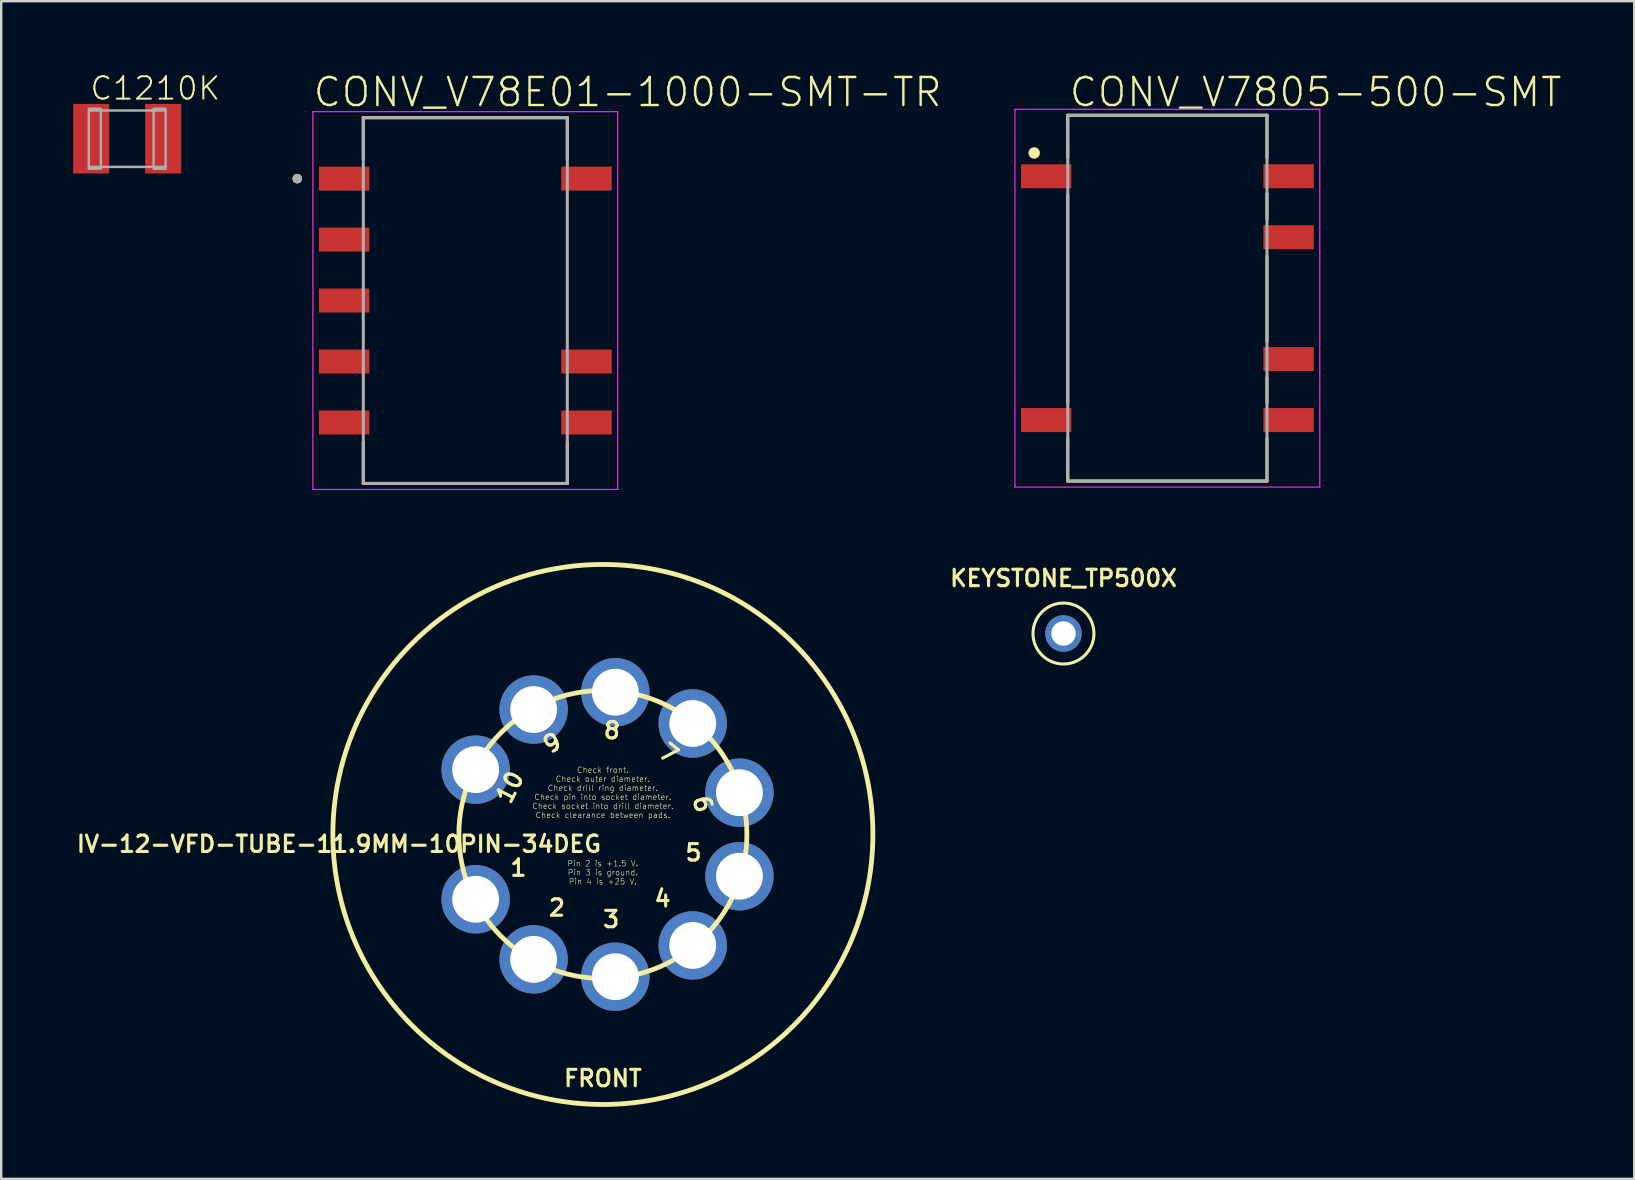
<source format=kicad_pcb>
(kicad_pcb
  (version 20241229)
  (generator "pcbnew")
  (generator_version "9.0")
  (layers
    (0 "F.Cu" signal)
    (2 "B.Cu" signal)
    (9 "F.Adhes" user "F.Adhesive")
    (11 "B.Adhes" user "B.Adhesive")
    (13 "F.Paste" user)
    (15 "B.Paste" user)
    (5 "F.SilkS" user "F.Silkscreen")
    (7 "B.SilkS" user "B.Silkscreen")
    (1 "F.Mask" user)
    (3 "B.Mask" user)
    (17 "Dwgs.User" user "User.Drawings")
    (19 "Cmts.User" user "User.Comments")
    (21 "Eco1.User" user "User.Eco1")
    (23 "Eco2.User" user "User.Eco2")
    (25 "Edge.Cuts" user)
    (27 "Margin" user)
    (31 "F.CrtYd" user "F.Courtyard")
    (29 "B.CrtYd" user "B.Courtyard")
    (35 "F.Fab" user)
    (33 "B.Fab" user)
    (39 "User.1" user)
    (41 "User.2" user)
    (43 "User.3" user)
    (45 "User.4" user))
  (footprint "CONV_V78E01-1000-SMT-TR"
    (layer "F.Cu")
    (at 16.337 9.473)
    (property "Reference" "CONV_V78E01-1000-SMT-TR" (at -6.4 -8 0) (layer "F.SilkS") (effects (font (size 1.168 1.168) (thickness 0.102)) (justify left bottom)))
    (fp_line (start -4.25 -7.62) (end 4.25 -7.62) (stroke (width 0.127) (type solid)) (layer "F.SilkS"))
    (fp_line (start -4.25 -5.9) (end -4.25 -7.62) (stroke (width 0.127) (type solid)) (layer "F.SilkS"))
    (fp_line (start -4.25 7.62) (end -4.25 5.9) (stroke (width 0.127) (type solid)) (layer "F.SilkS"))
    (fp_line (start 4.25 -7.62) (end 4.25 -5.9) (stroke (width 0.127) (type solid)) (layer "F.SilkS"))
    (fp_line (start 4.25 5.9) (end 4.25 7.62) (stroke (width 0.127) (type solid)) (layer "F.SilkS"))
    (fp_line (start 4.25 7.62) (end -4.25 7.62) (stroke (width 0.127) (type solid)) (layer "F.SilkS"))
    (fp_circle (center -7 -5.08) (end -6.9 -5.08) (stroke (width 0.2) (type solid)) (fill no) (layer "F.SilkS"))
    (fp_line (start -6.35 -7.87) (end 6.35 -7.87) (stroke (width 0.05) (type solid)) (layer "F.CrtYd"))
    (fp_line (start -6.35 7.87) (end -6.35 -7.87) (stroke (width 0.05) (type solid)) (layer "F.CrtYd"))
    (fp_line (start 6.35 -7.87) (end 6.35 7.87) (stroke (width 0.05) (type solid)) (layer "F.CrtYd"))
    (fp_line (start 6.35 7.87) (end -6.35 7.87) (stroke (width 0.05) (type solid)) (layer "F.CrtYd"))
    (fp_line (start -4.25 -7.62) (end 4.25 -7.62) (stroke (width 0.127) (type solid)) (layer "F.Fab"))
    (fp_line (start -4.25 7.62) (end -4.25 -7.62) (stroke (width 0.127) (type solid)) (layer "F.Fab"))
    (fp_line (start 4.25 -7.62) (end 4.25 7.62) (stroke (width 0.127) (type solid)) (layer "F.Fab"))
    (fp_line (start 4.25 7.62) (end -4.25 7.62) (stroke (width 0.127) (type solid)) (layer "F.Fab"))
    (fp_circle (center -7 -5.08) (end -6.9 -5.08) (stroke (width 0.2) (type solid)) (fill no) (layer "F.Fab"))
    (pad "1" smd rect (at -5.05 -5.08) (size 2.1 1) (layers "F.Cu" "F.Mask" "F.Paste"))
    (pad "2" smd rect (at -5.05 -2.54) (size 2.1 1) (layers "F.Cu" "F.Mask" "F.Paste"))
    (pad "3" smd rect (at -5.05 0) (size 2.1 1) (layers "F.Cu" "F.Mask" "F.Paste"))
    (pad "4" smd rect (at -5.05 2.54) (size 2.1 1) (layers "F.Cu" "F.Mask" "F.Paste"))
    (pad "5" smd rect (at -5.05 5.08) (size 2.1 1) (layers "F.Cu" "F.Mask" "F.Paste"))
    (pad "6" smd rect (at 5.05 5.08 180) (size 2.1 1) (layers "F.Cu" "F.Mask" "F.Paste"))
    (pad "7" smd rect (at 5.05 2.54 180) (size 2.1 1) (layers "F.Cu" "F.Mask" "F.Paste"))
    (pad "10" smd rect (at 5.05 -5.08 180) (size 2.1 1) (layers "F.Cu" "F.Mask" "F.Paste")))
  (footprint "IV-12-VFD-TUBE-11.9MM-10PIN-34DEG"
    (layer "F.Cu")
    (at 22.069 31.718)
    (property "Reference" "IV-12-VFD-TUBE-11.9MM-10PIN-34DEG" (at 0 0 0) (layer "F.SilkS") (effects (font (size 0.683 0.683) (thickness 0.13)) (justify right top)))
    (fp_circle (center 0 0) (end 6 0) (stroke (width 0.2) (type solid)) (fill no) (layer "F.SilkS"))
    (fp_circle (center 0 0) (end 11.25 0) (stroke (width 0.2) (type solid)) (fill no) (layer "F.SilkS"))
    (fp_text user "8" (at 0.344 -3.935 175) (layer "F.SilkS") (effects (font (size 0.683 0.683) (thickness 0.13)) (justify bottom)))
    (fp_text user "10" (at -3.519 -1.793 243) (layer "F.SilkS") (effects (font (size 0.683 0.683) (thickness 0.13)) (justify bottom)))
    (fp_text user "2" (at -1.915 3.455 0) (layer "F.SilkS") (effects (font (size 0.683 0.683) (thickness 0.13)) (justify bottom)))
    (fp_text user "4" (at 2.486 3.07 0) (layer "F.SilkS") (effects (font (size 0.683 0.683) (thickness 0.13)) (justify bottom)))
    (fp_text user "5" (at 3.777 1.155 0) (layer "F.SilkS") (effects (font (size 0.683 0.683) (thickness 0.13)) (justify bottom)))
    (fp_text user "9" (at -1.915 -3.455 209) (layer "F.SilkS") (effects (font (size 0.683 0.683) (thickness 0.13)) (justify bottom)))
    (fp_text user "1" (at -3.519 1.793 0) (layer "F.SilkS") (effects (font (size 0.683 0.683) (thickness 0.13)) (justify bottom)))
    (fp_text user "Pin 2 is +1.5 V.\nPin 3 is ground.\nPin 4 is +25 V." (at 0 1.587 0) (layer "F.SilkS") (effects (font (size 0.234 0.234) (thickness 0.02))))
    (fp_text user "3" (at 0.344 3.935 0) (layer "F.SilkS") (effects (font (size 0.683 0.683) (thickness 0.13)) (justify bottom)))
    (fp_text user "6" (at 3.777 -1.155 107) (layer "F.SilkS") (effects (font (size 0.683 0.683) (thickness 0.13)) (justify bottom)))
    (fp_text user "7" (at 2.486 -3.07 141) (layer "F.SilkS") (effects (font (size 0.683 0.683) (thickness 0.13)) (justify bottom)))
    (fp_text user "Check front.\nCheck outer diameter.\nCheck drill ring diameter.\nCheck pin into socket diameter.\nCheck socket into drill diameter.\nCheck clearance between pads." (at 0 -1.746 0) (layer "F.SilkS") (effects (font (size 0.234 0.234) (thickness 0.02))))
    (fp_text user "FRONT" (at 0 10.16 0) (layer "F.SilkS") (effects (font (size 0.683 0.683) (thickness 0.13))))
    (pad "1" thru_hole circle (at -5.301 2.701) (size 2.85 2.85) (drill 1.95) (layers "*.Cu" "*.Mask"))
    (pad "2" thru_hole circle (at -2.885 5.204) (size 2.85 2.85) (drill 1.95) (layers "*.Cu" "*.Mask"))
    (pad "3" thru_hole circle (at 0.519 5.927) (size 2.85 2.85) (drill 1.95) (layers "*.Cu" "*.Mask"))
    (pad "4" thru_hole circle (at 3.744 4.624) (size 2.85 2.85) (drill 1.95) (layers "*.Cu" "*.Mask"))
    (pad "5" thru_hole circle (at 5.69 1.74) (size 2.85 2.85) (drill 1.95) (layers "*.Cu" "*.Mask"))
    (pad "6" thru_hole circle (at 5.69 -1.74) (size 2.85 2.85) (drill 1.95) (layers "*.Cu" "*.Mask"))
    (pad "7" thru_hole circle (at 3.744 -4.624) (size 2.85 2.85) (drill 1.95) (layers "*.Cu" "*.Mask"))
    (pad "8" thru_hole circle (at 0.519 -5.927) (size 2.85 2.85) (drill 1.95) (layers "*.Cu" "*.Mask"))
    (pad "9" thru_hole circle (at -2.885 -5.204) (size 2.85 2.85) (drill 1.95) (layers "*.Cu" "*.Mask"))
    (pad "10" thru_hole circle (at -5.301 -2.701) (size 2.85 2.85) (drill 1.95) (layers "*.Cu" "*.Mask")))
  (footprint "C1210K"
    (layer "F.Cu")
    (at 2.25 2.729)
    (property "Reference" "C1210K" (at -1.6 -1.55 0) (layer "F.SilkS") (effects (font (size 0.935 0.935) (thickness 0.081)) (justify left bottom)))
    (fp_line (start -1.525 -1.175) (end 1.525 -1.175) (stroke (width 0.102) (type solid)) (layer "F.Fab"))
    (fp_line (start 1.525 1.175) (end -1.525 1.175) (stroke (width 0.102) (type solid)) (layer "F.Fab"))
    (fp_poly (pts (xy -1.6 1.25) (xy -1.1 1.25) (xy -1.1 -1.25) (xy -1.6 -1.25)) (stroke (width 0.1) (type default)) (fill no) (layer "F.Fab"))
    (fp_poly (pts (xy 1.1 1.25) (xy 1.6 1.25) (xy 1.6 -1.25) (xy 1.1 -1.25)) (stroke (width 0.1) (type default)) (fill no) (layer "F.Fab"))
    (pad "1" smd rect (at -1.5 0) (size 1.5 2.9) (layers "F.Cu" "F.Mask" "F.Paste"))
    (pad "2" smd rect (at 1.5 0) (size 1.5 2.9) (layers "F.Cu" "F.Mask" "F.Paste")))
  (footprint "CONV_V7805-500-SMT"
    (layer "F.Cu")
    (at 45.589 9.373)
    (property "Reference" "CONV_V7805-500-SMT" (at -4.15 -7.9 0) (layer "F.SilkS") (effects (font (size 1.168 1.168) (thickness 0.102)) (justify left bottom)))
    (fp_line (start -4.15 -7.62) (end 4.15 -7.62) (stroke (width 0.127) (type solid)) (layer "F.SilkS"))
    (fp_line (start -4.15 -5.85) (end -4.15 -7.62) (stroke (width 0.127) (type solid)) (layer "F.SilkS"))
    (fp_line (start -4.15 4.35) (end -4.15 -4.3) (stroke (width 0.127) (type solid)) (layer "F.SilkS"))
    (fp_line (start -4.15 7.62) (end -4.15 5.85) (stroke (width 0.127) (type solid)) (layer "F.SilkS"))
    (fp_line (start 4.15 -7.62) (end 4.15 -5.85) (stroke (width 0.127) (type solid)) (layer "F.SilkS"))
    (fp_line (start 4.15 -4.35) (end 4.15 -3.3) (stroke (width 0.127) (type solid)) (layer "F.SilkS"))
    (fp_line (start 4.15 -1.75) (end 4.15 1.8) (stroke (width 0.127) (type solid)) (layer "F.SilkS"))
    (fp_line (start 4.15 3.3) (end 4.15 4.35) (stroke (width 0.127) (type solid)) (layer "F.SilkS"))
    (fp_line (start 4.15 5.85) (end 4.15 7.62) (stroke (width 0.127) (type solid)) (layer "F.SilkS"))
    (fp_line (start 4.15 7.62) (end -4.15 7.62) (stroke (width 0.127) (type solid)) (layer "F.SilkS"))
    (fp_circle (center -5.55 -6.05) (end -5.43 -6.05) (stroke (width 0.24) (type solid)) (fill no) (layer "F.SilkS"))
    (fp_line (start -6.35 -7.87) (end 6.35 -7.87) (stroke (width 0.05) (type solid)) (layer "F.CrtYd"))
    (fp_line (start -6.35 7.87) (end -6.35 -7.87) (stroke (width 0.05) (type solid)) (layer "F.CrtYd"))
    (fp_line (start 6.35 -7.87) (end 6.35 7.87) (stroke (width 0.05) (type solid)) (layer "F.CrtYd"))
    (fp_line (start 6.35 7.87) (end -6.35 7.87) (stroke (width 0.05) (type solid)) (layer "F.CrtYd"))
    (fp_line (start -4.15 -7.62) (end 4.15 -7.62) (stroke (width 0.127) (type solid)) (layer "F.Fab"))
    (fp_line (start -4.15 7.62) (end -4.15 -7.62) (stroke (width 0.127) (type solid)) (layer "F.Fab"))
    (fp_line (start 4.15 -7.62) (end 4.15 7.62) (stroke (width 0.127) (type solid)) (layer "F.Fab"))
    (fp_line (start 4.15 7.62) (end -4.15 7.62) (stroke (width 0.127) (type solid)) (layer "F.Fab"))
    (pad "1" smd rect (at -5.05 -5.08) (size 2.1 1) (layers "F.Cu" "F.Mask" "F.Paste"))
    (pad "5" smd rect (at -5.05 5.08) (size 2.1 1) (layers "F.Cu" "F.Mask" "F.Paste"))
    (pad "6" smd rect (at 5.05 5.08) (size 2.1 1) (layers "F.Cu" "F.Mask" "F.Paste"))
    (pad "7" smd rect (at 5.05 2.54) (size 2.1 1) (layers "F.Cu" "F.Mask" "F.Paste"))
    (pad "9" smd rect (at 5.05 -2.54) (size 2.1 1) (layers "F.Cu" "F.Mask" "F.Paste"))
    (pad "10" smd rect (at 5.05 -5.08) (size 2.1 1) (layers "F.Cu" "F.Mask" "F.Paste")))
  (footprint "KEYSTONE_TP500X"
    (layer "F.Cu")
    (at 41.26 23.346)
    (property "Reference" "KEYSTONE_TP500X" (at 0 -1.905 0) (layer "F.SilkS") (effects (font (size 0.683 0.683) (thickness 0.13)) (justify bottom)))
    (fp_circle (center 0 0) (end 1.27 0) (stroke (width 0.127) (type solid)) (fill no) (layer "F.SilkS"))
    (pad "1" thru_hole circle (at 0 0) (size 1.524 1.524) (drill 1.016) (layers "*.Cu" "*.Mask")))
  (gr_rect
    (start -3 -3)
    (end 65.04 46.068)
    (stroke (width 0.1) (type default))
    (fill no)
    (layer "Edge.Cuts")))
</source>
